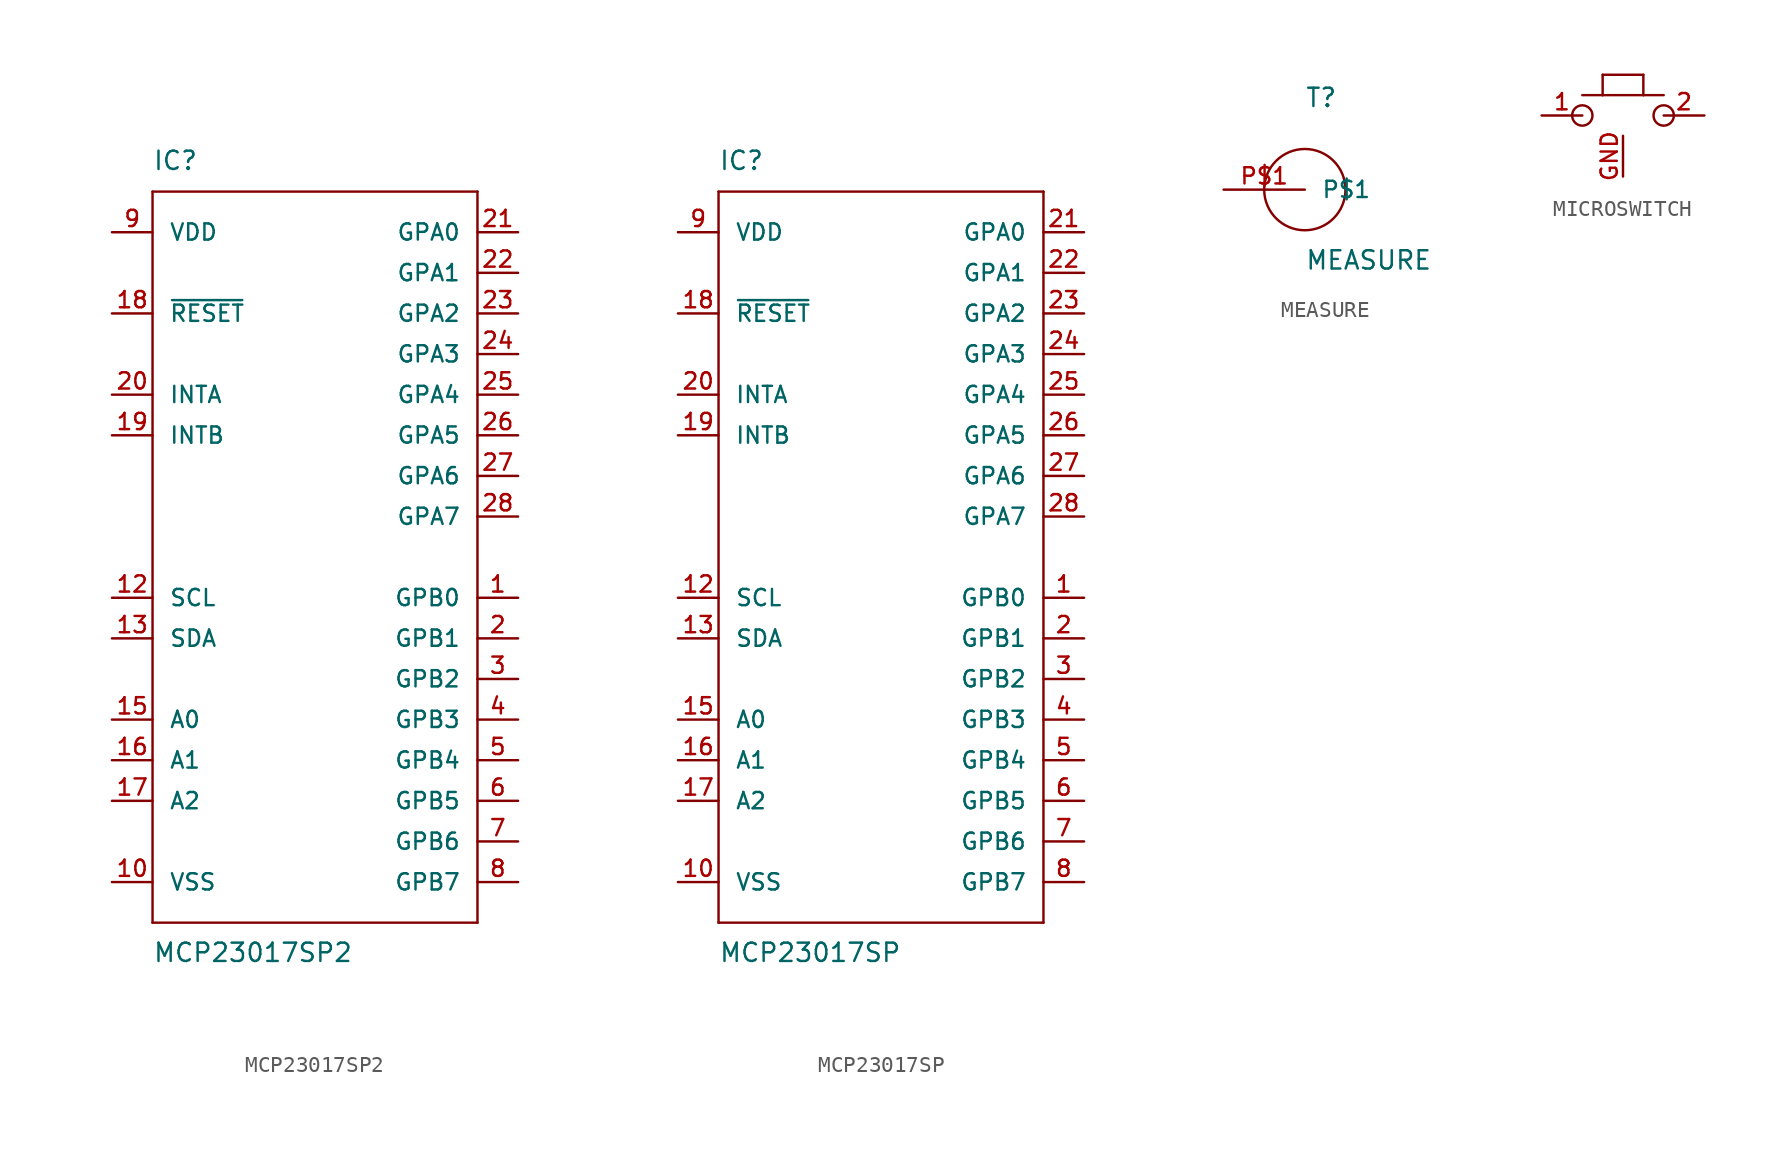
<source format=kicad_sym>
(kicad_symbol_lib
  (version 20220914)
  (generator kicad_symbol_editor)
  (symbol "MCP23017SP2"
    (pin_names
      (offset 1.016))
    (property "Reference" "IC"
      (at -10.16 24.13 0)
      (effects (font (size 1.143 1.143)) (justify left bottom)))
    (property "Value" "MCP23017SP2"
      (at -10.16 -25.4 0)
      (effects (font (size 1.143 1.143)) (justify left bottom)))
    (property "ki_locked" ""
      (at 0 0 0)
      (effects (font (size 1.27 1.27))))
    (symbol "MCP23017SP2_1_0"
      (polyline (pts (xy -10.16 -22.86) (xy -10.16 22.86)) (stroke (width 0) (type solid)) (fill (type none)))
      (polyline (pts (xy -10.16 22.86) (xy 10.16 22.86)) (stroke (width 0) (type solid)) (fill (type none)))
      (polyline (pts (xy 10.16 -22.86) (xy -10.16 -22.86)) (stroke (width 0) (type solid)) (fill (type none)))
      (polyline (pts (xy 10.16 22.86) (xy 10.16 -22.86)) (stroke (width 0) (type solid)) (fill (type none))))
    (symbol "MCP23017SP2_1_1"
      (pin bidirectional line (at 12.7 -2.54 180) (length 2.54) (name "GPB0" (effects (font (size 1.016 1.016)))) (number "1" (effects (font (size 1.016 1.016)))))
      (pin power_in line (at -12.7 -20.32 0) (length 2.54) (name "VSS" (effects (font (size 1.016 1.016)))) (number "10" (effects (font (size 1.016 1.016)))))
      (pin input line (at -12.7 -2.54 0) (length 2.54) (name "SCL" (effects (font (size 1.016 1.016)))) (number "12" (effects (font (size 1.016 1.016)))))
      (pin bidirectional line (at -12.7 -5.08 0) (length 2.54) (name "SDA" (effects (font (size 1.016 1.016)))) (number "13" (effects (font (size 1.016 1.016)))))
      (pin input line (at -12.7 -10.16 0) (length 2.54) (name "A0" (effects (font (size 1.016 1.016)))) (number "15" (effects (font (size 1.016 1.016)))))
      (pin input line (at -12.7 -12.7 0) (length 2.54) (name "A1" (effects (font (size 1.016 1.016)))) (number "16" (effects (font (size 1.016 1.016)))))
      (pin input line (at -12.7 -15.24 0) (length 2.54) (name "A2" (effects (font (size 1.016 1.016)))) (number "17" (effects (font (size 1.016 1.016)))))
      (pin input line (at -12.7 15.24 0) (length 2.54) (name "~{RESET}" (effects (font (size 1.016 1.016)))) (number "18" (effects (font (size 1.016 1.016)))))
      (pin output line (at -12.7 7.62 0) (length 2.54) (name "INTB" (effects (font (size 1.016 1.016)))) (number "19" (effects (font (size 1.016 1.016)))))
      (pin bidirectional line (at 12.7 -5.08 180) (length 2.54) (name "GPB1" (effects (font (size 1.016 1.016)))) (number "2" (effects (font (size 1.016 1.016)))))
      (pin output line (at -12.7 10.16 0) (length 2.54) (name "INTA" (effects (font (size 1.016 1.016)))) (number "20" (effects (font (size 1.016 1.016)))))
      (pin bidirectional line (at 12.7 20.32 180) (length 2.54) (name "GPA0" (effects (font (size 1.016 1.016)))) (number "21" (effects (font (size 1.016 1.016)))))
      (pin bidirectional line (at 12.7 17.78 180) (length 2.54) (name "GPA1" (effects (font (size 1.016 1.016)))) (number "22" (effects (font (size 1.016 1.016)))))
      (pin bidirectional line (at 12.7 15.24 180) (length 2.54) (name "GPA2" (effects (font (size 1.016 1.016)))) (number "23" (effects (font (size 1.016 1.016)))))
      (pin bidirectional line (at 12.7 12.7 180) (length 2.54) (name "GPA3" (effects (font (size 1.016 1.016)))) (number "24" (effects (font (size 1.016 1.016)))))
      (pin bidirectional line (at 12.7 10.16 180) (length 2.54) (name "GPA4" (effects (font (size 1.016 1.016)))) (number "25" (effects (font (size 1.016 1.016)))))
      (pin bidirectional line (at 12.7 7.62 180) (length 2.54) (name "GPA5" (effects (font (size 1.016 1.016)))) (number "26" (effects (font (size 1.016 1.016)))))
      (pin bidirectional line (at 12.7 5.08 180) (length 2.54) (name "GPA6" (effects (font (size 1.016 1.016)))) (number "27" (effects (font (size 1.016 1.016)))))
      (pin bidirectional line (at 12.7 2.54 180) (length 2.54) (name "GPA7" (effects (font (size 1.016 1.016)))) (number "28" (effects (font (size 1.016 1.016)))))
      (pin bidirectional line (at 12.7 -7.62 180) (length 2.54) (name "GPB2" (effects (font (size 1.016 1.016)))) (number "3" (effects (font (size 1.016 1.016)))))
      (pin bidirectional line (at 12.7 -10.16 180) (length 2.54) (name "GPB3" (effects (font (size 1.016 1.016)))) (number "4" (effects (font (size 1.016 1.016)))))
      (pin bidirectional line (at 12.7 -12.7 180) (length 2.54) (name "GPB4" (effects (font (size 1.016 1.016)))) (number "5" (effects (font (size 1.016 1.016)))))
      (pin bidirectional line (at 12.7 -15.24 180) (length 2.54) (name "GPB5" (effects (font (size 1.016 1.016)))) (number "6" (effects (font (size 1.016 1.016)))))
      (pin bidirectional line (at 12.7 -17.78 180) (length 2.54) (name "GPB6" (effects (font (size 1.016 1.016)))) (number "7" (effects (font (size 1.016 1.016)))))
      (pin bidirectional line (at 12.7 -20.32 180) (length 2.54) (name "GPB7" (effects (font (size 1.016 1.016)))) (number "8" (effects (font (size 1.016 1.016)))))
      (pin power_in line (at -12.7 20.32 0) (length 2.54) (name "VDD" (effects (font (size 1.016 1.016)))) (number "9" (effects (font (size 1.016 1.016)))))))
  (symbol "MCP23017SP"
    (pin_names
      (offset 1.016))
    (property "Reference" "IC"
      (at -10.16 24.13 0)
      (effects (font (size 1.143 1.143)) (justify left bottom)))
    (property "Value" "MCP23017SP"
      (at -10.16 -25.4 0)
      (effects (font (size 1.143 1.143)) (justify left bottom)))
    (property "ki_locked" ""
      (at 0 0 0)
      (effects (font (size 1.27 1.27))))
    (symbol "MCP23017SP_1_0"
      (polyline (pts (xy -10.16 -22.86) (xy -10.16 22.86)) (stroke (width 0) (type solid)) (fill (type none)))
      (polyline (pts (xy -10.16 22.86) (xy 10.16 22.86)) (stroke (width 0) (type solid)) (fill (type none)))
      (polyline (pts (xy 10.16 -22.86) (xy -10.16 -22.86)) (stroke (width 0) (type solid)) (fill (type none)))
      (polyline (pts (xy 10.16 22.86) (xy 10.16 -22.86)) (stroke (width 0) (type solid)) (fill (type none))))
    (symbol "MCP23017SP_1_1"
      (pin bidirectional line (at 12.7 -2.54 180) (length 2.54) (name "GPB0" (effects (font (size 1.016 1.016)))) (number "1" (effects (font (size 1.016 1.016)))))
      (pin power_in line (at -12.7 -20.32 0) (length 2.54) (name "VSS" (effects (font (size 1.016 1.016)))) (number "10" (effects (font (size 1.016 1.016)))))
      (pin input line (at -12.7 -2.54 0) (length 2.54) (name "SCL" (effects (font (size 1.016 1.016)))) (number "12" (effects (font (size 1.016 1.016)))))
      (pin bidirectional line (at -12.7 -5.08 0) (length 2.54) (name "SDA" (effects (font (size 1.016 1.016)))) (number "13" (effects (font (size 1.016 1.016)))))
      (pin input line (at -12.7 -10.16 0) (length 2.54) (name "A0" (effects (font (size 1.016 1.016)))) (number "15" (effects (font (size 1.016 1.016)))))
      (pin input line (at -12.7 -12.7 0) (length 2.54) (name "A1" (effects (font (size 1.016 1.016)))) (number "16" (effects (font (size 1.016 1.016)))))
      (pin input line (at -12.7 -15.24 0) (length 2.54) (name "A2" (effects (font (size 1.016 1.016)))) (number "17" (effects (font (size 1.016 1.016)))))
      (pin input line (at -12.7 15.24 0) (length 2.54) (name "~{RESET}" (effects (font (size 1.016 1.016)))) (number "18" (effects (font (size 1.016 1.016)))))
      (pin output line (at -12.7 7.62 0) (length 2.54) (name "INTB" (effects (font (size 1.016 1.016)))) (number "19" (effects (font (size 1.016 1.016)))))
      (pin bidirectional line (at 12.7 -5.08 180) (length 2.54) (name "GPB1" (effects (font (size 1.016 1.016)))) (number "2" (effects (font (size 1.016 1.016)))))
      (pin output line (at -12.7 10.16 0) (length 2.54) (name "INTA" (effects (font (size 1.016 1.016)))) (number "20" (effects (font (size 1.016 1.016)))))
      (pin bidirectional line (at 12.7 20.32 180) (length 2.54) (name "GPA0" (effects (font (size 1.016 1.016)))) (number "21" (effects (font (size 1.016 1.016)))))
      (pin bidirectional line (at 12.7 17.78 180) (length 2.54) (name "GPA1" (effects (font (size 1.016 1.016)))) (number "22" (effects (font (size 1.016 1.016)))))
      (pin bidirectional line (at 12.7 15.24 180) (length 2.54) (name "GPA2" (effects (font (size 1.016 1.016)))) (number "23" (effects (font (size 1.016 1.016)))))
      (pin bidirectional line (at 12.7 12.7 180) (length 2.54) (name "GPA3" (effects (font (size 1.016 1.016)))) (number "24" (effects (font (size 1.016 1.016)))))
      (pin bidirectional line (at 12.7 10.16 180) (length 2.54) (name "GPA4" (effects (font (size 1.016 1.016)))) (number "25" (effects (font (size 1.016 1.016)))))
      (pin bidirectional line (at 12.7 7.62 180) (length 2.54) (name "GPA5" (effects (font (size 1.016 1.016)))) (number "26" (effects (font (size 1.016 1.016)))))
      (pin bidirectional line (at 12.7 5.08 180) (length 2.54) (name "GPA6" (effects (font (size 1.016 1.016)))) (number "27" (effects (font (size 1.016 1.016)))))
      (pin bidirectional line (at 12.7 2.54 180) (length 2.54) (name "GPA7" (effects (font (size 1.016 1.016)))) (number "28" (effects (font (size 1.016 1.016)))))
      (pin bidirectional line (at 12.7 -7.62 180) (length 2.54) (name "GPB2" (effects (font (size 1.016 1.016)))) (number "3" (effects (font (size 1.016 1.016)))))
      (pin bidirectional line (at 12.7 -10.16 180) (length 2.54) (name "GPB3" (effects (font (size 1.016 1.016)))) (number "4" (effects (font (size 1.016 1.016)))))
      (pin bidirectional line (at 12.7 -12.7 180) (length 2.54) (name "GPB4" (effects (font (size 1.016 1.016)))) (number "5" (effects (font (size 1.016 1.016)))))
      (pin bidirectional line (at 12.7 -15.24 180) (length 2.54) (name "GPB5" (effects (font (size 1.016 1.016)))) (number "6" (effects (font (size 1.016 1.016)))))
      (pin bidirectional line (at 12.7 -17.78 180) (length 2.54) (name "GPB6" (effects (font (size 1.016 1.016)))) (number "7" (effects (font (size 1.016 1.016)))))
      (pin bidirectional line (at 12.7 -20.32 180) (length 2.54) (name "GPB7" (effects (font (size 1.016 1.016)))) (number "8" (effects (font (size 1.016 1.016)))))
      (pin power_in line (at -12.7 20.32 0) (length 2.54) (name "VDD" (effects (font (size 1.016 1.016)))) (number "9" (effects (font (size 1.016 1.016)))))))
  (symbol "MEASURE"
    (pin_names
      (offset 1.016))
    (property "Reference" "T"
      (at 0 5.08 0)
      (effects (font (size 1.143 1.143)) (justify left bottom)))
    (property "Value" "MEASURE"
      (at 0 -5.08 0)
      (effects (font (size 1.143 1.143)) (justify left bottom)))
    (property "ki_locked" ""
      (at 0 0 0)
      (effects (font (size 1.27 1.27))))
    (symbol "MEASURE_1_1"
      (circle (center 0 0) (radius 2.54) (stroke (width 0) (type solid)) (fill (type none)))
      (pin passive line (at -5.08 0 0) (length 5.08) (name "P$1" (effects (font (size 1.016 1.016)))) (number "P$1" (effects (font (size 1.016 1.016)))))))
  (symbol "MICROSWITCH"
    (pin_names
      (offset 1.016) hide)
    (property "Reference" "K"
      (at 0 0 0)
      (effects (font (size 1.143 1.143)) hide))
    (property "ki_locked" ""
      (at 0 0 0)
      (effects (font (size 1.27 1.27))))
    (symbol "MICROSWITCH_1_0"
      (polyline (pts (xy -2.54 1.27) (xy -1.27 1.27)) (stroke (width 0) (type solid)) (fill (type none)))
      (polyline (pts (xy -1.27 1.27) (xy 1.27 1.27)) (stroke (width 0) (type solid)) (fill (type none)))
      (polyline (pts (xy -1.27 2.54) (xy -1.27 1.27)) (stroke (width 0) (type solid)) (fill (type none)))
      (polyline (pts (xy 1.27 1.27) (xy 1.27 2.54)) (stroke (width 0) (type solid)) (fill (type none)))
      (polyline (pts (xy 1.27 2.54) (xy -1.27 2.54)) (stroke (width 0) (type solid)) (fill (type none)))
      (polyline (pts (xy 2.54 1.27) (xy 1.27 1.27)) (stroke (width 0) (type solid)) (fill (type none))))
    (symbol "MICROSWITCH_1_1"
      (circle (center -2.54 0) (radius 0.635) (stroke (width 0) (type solid)) (fill (type none)))
      (circle (center 2.54 0) (radius 0.635) (stroke (width 0) (type solid)) (fill (type none)))
      (pin passive line (at -5.08 0 0) (length 2.54) (name "1" (effects (font (size 1.016 1.016)))) (number "1" (effects (font (size 1.016 1.016)))))
      (pin passive line (at 5.08 0 180) (length 2.54) (name "2" (effects (font (size 1.016 1.016)))) (number "2" (effects (font (size 1.016 1.016)))))
      (pin power_in line (at 0 -3.81 90) (length 2.54) (name "GND" (effects (font (size 1.016 1.016)))) (number "GND" (effects (font (size 1.016 1.016))))))))
</source>
